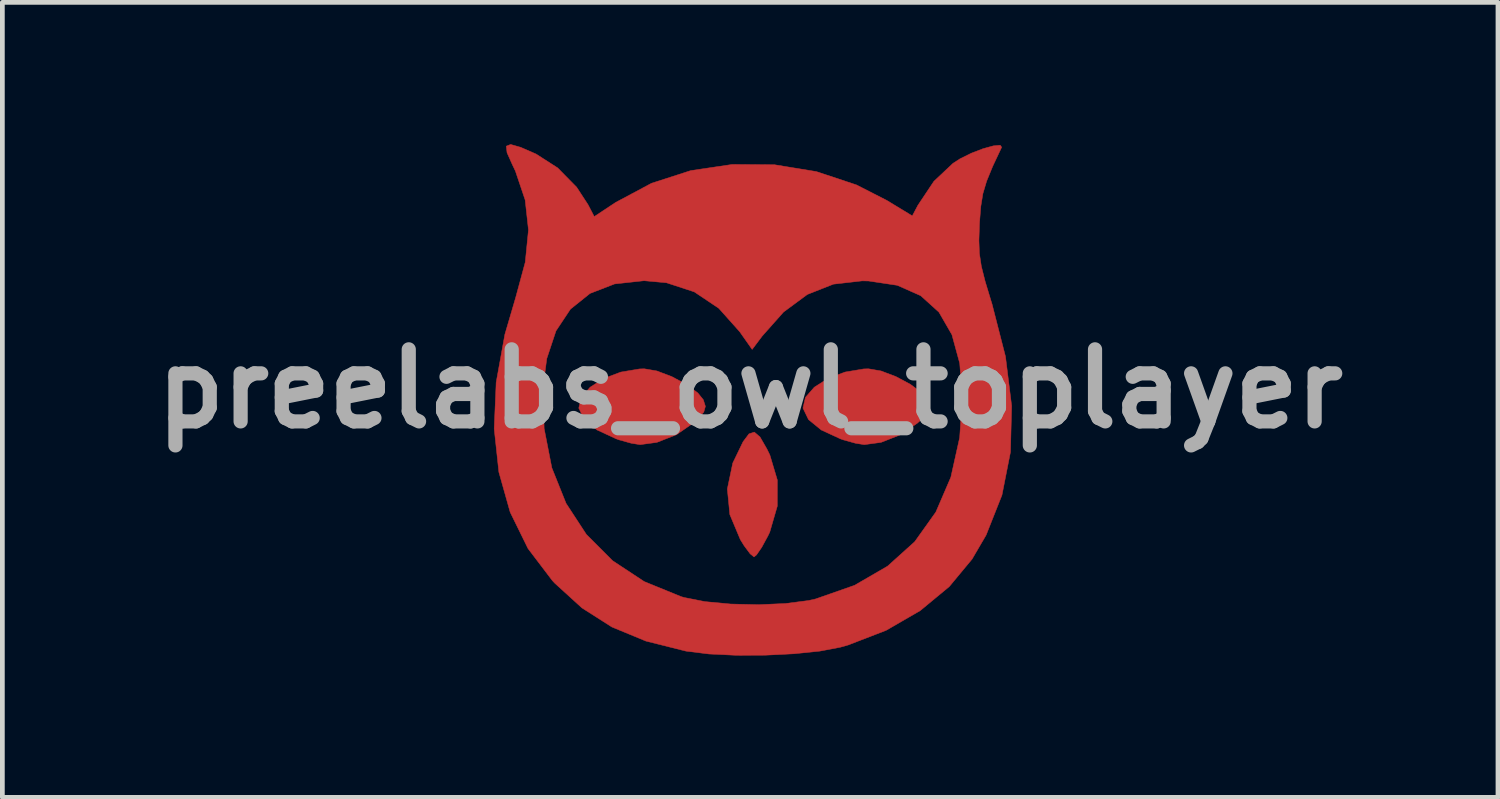
<source format=kicad_pcb>
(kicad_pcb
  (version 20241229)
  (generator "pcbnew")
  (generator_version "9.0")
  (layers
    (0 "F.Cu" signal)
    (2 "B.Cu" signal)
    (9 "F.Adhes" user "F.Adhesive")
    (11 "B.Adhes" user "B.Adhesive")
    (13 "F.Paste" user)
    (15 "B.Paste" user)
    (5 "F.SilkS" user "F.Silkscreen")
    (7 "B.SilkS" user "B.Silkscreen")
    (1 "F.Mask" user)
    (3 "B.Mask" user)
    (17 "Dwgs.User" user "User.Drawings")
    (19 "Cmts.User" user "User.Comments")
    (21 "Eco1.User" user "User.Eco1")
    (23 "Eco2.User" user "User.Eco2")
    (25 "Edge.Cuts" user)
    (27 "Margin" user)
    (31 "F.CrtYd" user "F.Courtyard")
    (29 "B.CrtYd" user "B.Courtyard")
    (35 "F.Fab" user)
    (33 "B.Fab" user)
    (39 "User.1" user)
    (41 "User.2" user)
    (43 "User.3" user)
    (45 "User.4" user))
  (footprint "preelabs_owl_toplayer"
    (layer "F.Cu")
    (at 12.816 5.173)
    (property "Reference" "preelabs_owl_toplayer" (at 0 0 0) (layer "F.Fab") (effects (font (size 1.524 1.524) (thickness 0.3))))
    (attr through_hole)
    (fp_poly (pts (xy 0.208 1.019) (xy 0.353 1.271) (xy 0.416 1.4) (xy 0.574 1.929) (xy 0.573 2.483) (xy 0.414 3.031) (xy 0.373 3.116) (xy 0.244 3.353) (xy 0.134 3.513) (xy 0.081 3.556) (xy -0.001 3.489) (xy -0.128 3.318) (xy -0.208 3.189) (xy -0.43 2.66) (xy -0.483 2.119) (xy -0.368 1.57) (xy -0.15 1.119) (xy -0.025 0.953) (xy 0.088 0.916) (xy 0.208 1.019)) (stroke (width 0.01) (type solid)) (fill yes) (layer "F.Cu"))
    (fp_poly (pts (xy -1.972 -0.377) (xy -1.658 -0.258) (xy -1.352 -0.094) (xy -1.109 0.086) (xy -0.991 0.232) (xy -0.947 0.372) (xy -0.981 0.491) (xy -1.116 0.642) (xy -1.202 0.723) (xy -1.56 0.971) (xy -1.973 1.133) (xy -2.328 1.181) (xy -2.516 1.151) (xy -2.768 1.081) (xy -2.831 1.059) (xy -3.238 0.871) (xy -3.507 0.651) (xy -3.623 0.412) (xy -3.624 0.405) (xy -3.572 0.181) (xy -3.384 -0.034) (xy -3.094 -0.219) (xy -2.735 -0.354) (xy -2.341 -0.42) (xy -2.239 -0.423) (xy -1.972 -0.377)) (stroke (width 0.01) (type solid)) (fill yes) (layer "F.Cu"))
    (fp_poly (pts (xy 2.769 -0.377) (xy 3.083 -0.258) (xy 3.389 -0.094) (xy 3.632 0.086) (xy 3.75 0.232) (xy 3.794 0.372) (xy 3.761 0.491) (xy 3.626 0.642) (xy 3.54 0.723) (xy 3.181 0.971) (xy 2.768 1.133) (xy 2.413 1.181) (xy 2.226 1.151) (xy 1.974 1.081) (xy 1.91 1.059) (xy 1.503 0.871) (xy 1.234 0.651) (xy 1.118 0.412) (xy 1.117 0.405) (xy 1.169 0.181) (xy 1.357 -0.034) (xy 1.647 -0.219) (xy 2.006 -0.354) (xy 2.4 -0.42) (xy 2.502 -0.423) (xy 2.769 -0.377)) (stroke (width 0.01) (type solid)) (fill yes) (layer "F.Cu"))
    (fp_poly (pts (xy -4.855 -5.108) (xy -4.529 -4.966) (xy -4.071 -4.672) (xy -3.67 -4.264) (xy -3.429 -3.894) (xy -3.298 -3.642) (xy -2.845 -3.942) (xy -2.087 -4.347) (xy -1.257 -4.615) (xy -0.38 -4.745) (xy 0.514 -4.739) (xy 1.4 -4.594) (xy 2.249 -4.312) (xy 2.891 -3.984) (xy 3.429 -3.657) (xy 3.548 -3.882) (xy 3.886 -4.389) (xy 4.29 -4.769) (xy 4.437 -4.864) (xy 4.675 -4.982) (xy 4.924 -5.078) (xy 5.142 -5.138) (xy 5.287 -5.152) (xy 5.319 -5.11) (xy 5.128 -4.703) (xy 5.001 -4.393) (xy 4.922 -4.129) (xy 4.878 -3.859) (xy 4.852 -3.531) (xy 4.849 -3.471) (xy 4.838 -3.138) (xy 4.848 -2.862) (xy 4.889 -2.591) (xy 4.969 -2.273) (xy 5.096 -1.853) (xy 5.115 -1.792) (xy 5.4 -0.681) (xy 5.53 0.362) (xy 5.505 1.338) (xy 5.325 2.249) (xy 4.99 3.094) (xy 4.693 3.602) (xy 4.211 4.183) (xy 3.596 4.692) (xy 2.875 5.109) (xy 2.074 5.418) (xy 1.905 5.466) (xy 1.473 5.548) (xy 0.927 5.604) (xy 0.319 5.634) (xy -0.297 5.636) (xy -0.869 5.609) (xy -1.343 5.55) (xy -1.367 5.546) (xy -2.207 5.335) (xy -2.925 5.038) (xy -3.557 4.635) (xy -4.134 4.11) (xy -4.184 4.056) (xy -4.699 3.378) (xy -5.076 2.61) (xy -5.315 1.762) (xy -5.414 0.845) (xy -5.375 -0.065) (xy -4.378 -0.065) (xy -4.358 0.839) (xy -4.195 1.672) (xy -3.894 2.423) (xy -3.464 3.081) (xy -2.91 3.636) (xy -2.241 4.077) (xy -1.462 4.395) (xy -1.397 4.414) (xy -0.957 4.501) (xy -0.412 4.552) (xy 0.176 4.566) (xy 0.745 4.541) (xy 1.236 4.478) (xy 1.386 4.444) (xy 2.208 4.156) (xy 2.906 3.751) (xy 3.48 3.234) (xy 3.927 2.607) (xy 4.244 1.871) (xy 4.431 1.031) (xy 4.486 0.194) (xy 4.432 -0.539) (xy 4.267 -1.144) (xy 3.992 -1.621) (xy 3.607 -1.969) (xy 3.111 -2.189) (xy 2.505 -2.28) (xy 2.371 -2.283) (xy 1.76 -2.213) (xy 1.21 -1.996) (xy 0.706 -1.624) (xy 0.254 -1.115) (xy 0.042 -0.833) (xy -0.222 -1.208) (xy -0.664 -1.703) (xy -1.182 -2.05) (xy -1.771 -2.243) (xy -2.244 -2.286) (xy -2.867 -2.218) (xy -3.387 -2.017) (xy -3.801 -1.685) (xy -4.107 -1.225) (xy -4.302 -0.639) (xy -4.378 -0.065) (xy -5.375 -0.065) (xy -5.373 -0.13) (xy -5.188 -1.151) (xy -4.962 -1.921) (xy -4.757 -2.677) (xy -4.689 -3.36) (xy -4.759 -3.994) (xy -4.966 -4.608) (xy -5.032 -4.746) (xy -5.142 -4.993) (xy -5.158 -5.132) (xy -5.066 -5.168) (xy -4.855 -5.108)) (stroke (width 0.01) (type solid)) (fill yes) (layer "F.Cu"))
    (fp_poly (pts (xy 0.208 1.019) (xy 0.353 1.271) (xy 0.416 1.4) (xy 0.574 1.929) (xy 0.573 2.483) (xy 0.414 3.031) (xy 0.373 3.116) (xy 0.244 3.353) (xy 0.134 3.513) (xy 0.081 3.556) (xy -0.001 3.489) (xy -0.128 3.318) (xy -0.208 3.189) (xy -0.43 2.66) (xy -0.483 2.119) (xy -0.368 1.57) (xy -0.15 1.119) (xy -0.025 0.953) (xy 0.088 0.916) (xy 0.208 1.019)) (stroke (width 0.01) (type solid)) (fill yes) (layer "F.Mask"))
    (fp_poly (pts (xy -1.972 -0.377) (xy -1.658 -0.258) (xy -1.352 -0.094) (xy -1.109 0.086) (xy -0.991 0.232) (xy -0.947 0.372) (xy -0.981 0.491) (xy -1.116 0.642) (xy -1.202 0.723) (xy -1.56 0.971) (xy -1.973 1.133) (xy -2.328 1.181) (xy -2.516 1.151) (xy -2.768 1.081) (xy -2.831 1.059) (xy -3.238 0.871) (xy -3.507 0.651) (xy -3.623 0.412) (xy -3.624 0.405) (xy -3.572 0.181) (xy -3.384 -0.034) (xy -3.094 -0.219) (xy -2.735 -0.354) (xy -2.341 -0.42) (xy -2.239 -0.423) (xy -1.972 -0.377)) (stroke (width 0.01) (type solid)) (fill yes) (layer "F.Mask"))
    (fp_poly (pts (xy 2.769 -0.377) (xy 3.083 -0.258) (xy 3.389 -0.094) (xy 3.632 0.086) (xy 3.75 0.232) (xy 3.794 0.372) (xy 3.761 0.491) (xy 3.626 0.642) (xy 3.54 0.723) (xy 3.181 0.971) (xy 2.768 1.133) (xy 2.413 1.181) (xy 2.226 1.151) (xy 1.974 1.081) (xy 1.91 1.059) (xy 1.503 0.871) (xy 1.234 0.651) (xy 1.118 0.412) (xy 1.117 0.405) (xy 1.169 0.181) (xy 1.357 -0.034) (xy 1.647 -0.219) (xy 2.006 -0.354) (xy 2.4 -0.42) (xy 2.502 -0.423) (xy 2.769 -0.377)) (stroke (width 0.01) (type solid)) (fill yes) (layer "F.Mask"))
    (fp_poly (pts (xy -4.855 -5.108) (xy -4.529 -4.966) (xy -4.071 -4.672) (xy -3.67 -4.264) (xy -3.429 -3.894) (xy -3.298 -3.642) (xy -2.845 -3.942) (xy -2.087 -4.347) (xy -1.257 -4.615) (xy -0.38 -4.745) (xy 0.514 -4.739) (xy 1.4 -4.594) (xy 2.249 -4.312) (xy 2.891 -3.984) (xy 3.429 -3.657) (xy 3.548 -3.882) (xy 3.886 -4.389) (xy 4.29 -4.769) (xy 4.437 -4.864) (xy 4.675 -4.982) (xy 4.924 -5.078) (xy 5.142 -5.138) (xy 5.287 -5.152) (xy 5.319 -5.11) (xy 5.128 -4.703) (xy 5.001 -4.393) (xy 4.922 -4.129) (xy 4.878 -3.859) (xy 4.852 -3.531) (xy 4.849 -3.471) (xy 4.838 -3.138) (xy 4.848 -2.862) (xy 4.889 -2.591) (xy 4.969 -2.273) (xy 5.096 -1.853) (xy 5.115 -1.792) (xy 5.4 -0.681) (xy 5.53 0.362) (xy 5.505 1.338) (xy 5.325 2.249) (xy 4.99 3.094) (xy 4.693 3.602) (xy 4.211 4.183) (xy 3.596 4.692) (xy 2.875 5.109) (xy 2.074 5.418) (xy 1.905 5.466) (xy 1.473 5.548) (xy 0.927 5.604) (xy 0.319 5.634) (xy -0.297 5.636) (xy -0.869 5.609) (xy -1.343 5.55) (xy -1.367 5.546) (xy -2.207 5.335) (xy -2.925 5.038) (xy -3.557 4.635) (xy -4.134 4.11) (xy -4.184 4.056) (xy -4.699 3.378) (xy -5.076 2.61) (xy -5.315 1.762) (xy -5.414 0.845) (xy -5.375 -0.065) (xy -4.378 -0.065) (xy -4.358 0.839) (xy -4.195 1.672) (xy -3.894 2.423) (xy -3.464 3.081) (xy -2.91 3.636) (xy -2.241 4.077) (xy -1.462 4.395) (xy -1.397 4.414) (xy -0.957 4.501) (xy -0.412 4.552) (xy 0.176 4.566) (xy 0.745 4.541) (xy 1.236 4.478) (xy 1.386 4.444) (xy 2.208 4.156) (xy 2.906 3.751) (xy 3.48 3.234) (xy 3.927 2.607) (xy 4.244 1.871) (xy 4.431 1.031) (xy 4.486 0.194) (xy 4.432 -0.539) (xy 4.267 -1.144) (xy 3.992 -1.621) (xy 3.607 -1.969) (xy 3.111 -2.189) (xy 2.505 -2.28) (xy 2.371 -2.283) (xy 1.76 -2.213) (xy 1.21 -1.996) (xy 0.706 -1.624) (xy 0.254 -1.115) (xy 0.042 -0.833) (xy -0.222 -1.208) (xy -0.664 -1.703) (xy -1.182 -2.05) (xy -1.771 -2.243) (xy -2.244 -2.286) (xy -2.867 -2.218) (xy -3.387 -2.017) (xy -3.801 -1.685) (xy -4.107 -1.225) (xy -4.302 -0.639) (xy -4.378 -0.065) (xy -5.375 -0.065) (xy -5.373 -0.13) (xy -5.188 -1.151) (xy -4.962 -1.921) (xy -4.757 -2.677) (xy -4.689 -3.36) (xy -4.759 -3.994) (xy -4.966 -4.608) (xy -5.032 -4.746) (xy -5.142 -4.993) (xy -5.158 -5.132) (xy -5.066 -5.168) (xy -4.855 -5.108)) (stroke (width 0.01) (type solid)) (fill yes) (layer "F.Mask")))
  (gr_rect
    (start -3 -3)
    (end 28.632 13.814)
    (stroke (width 0.1) (type default))
    (fill no)
    (layer "Edge.Cuts")))
</source>
